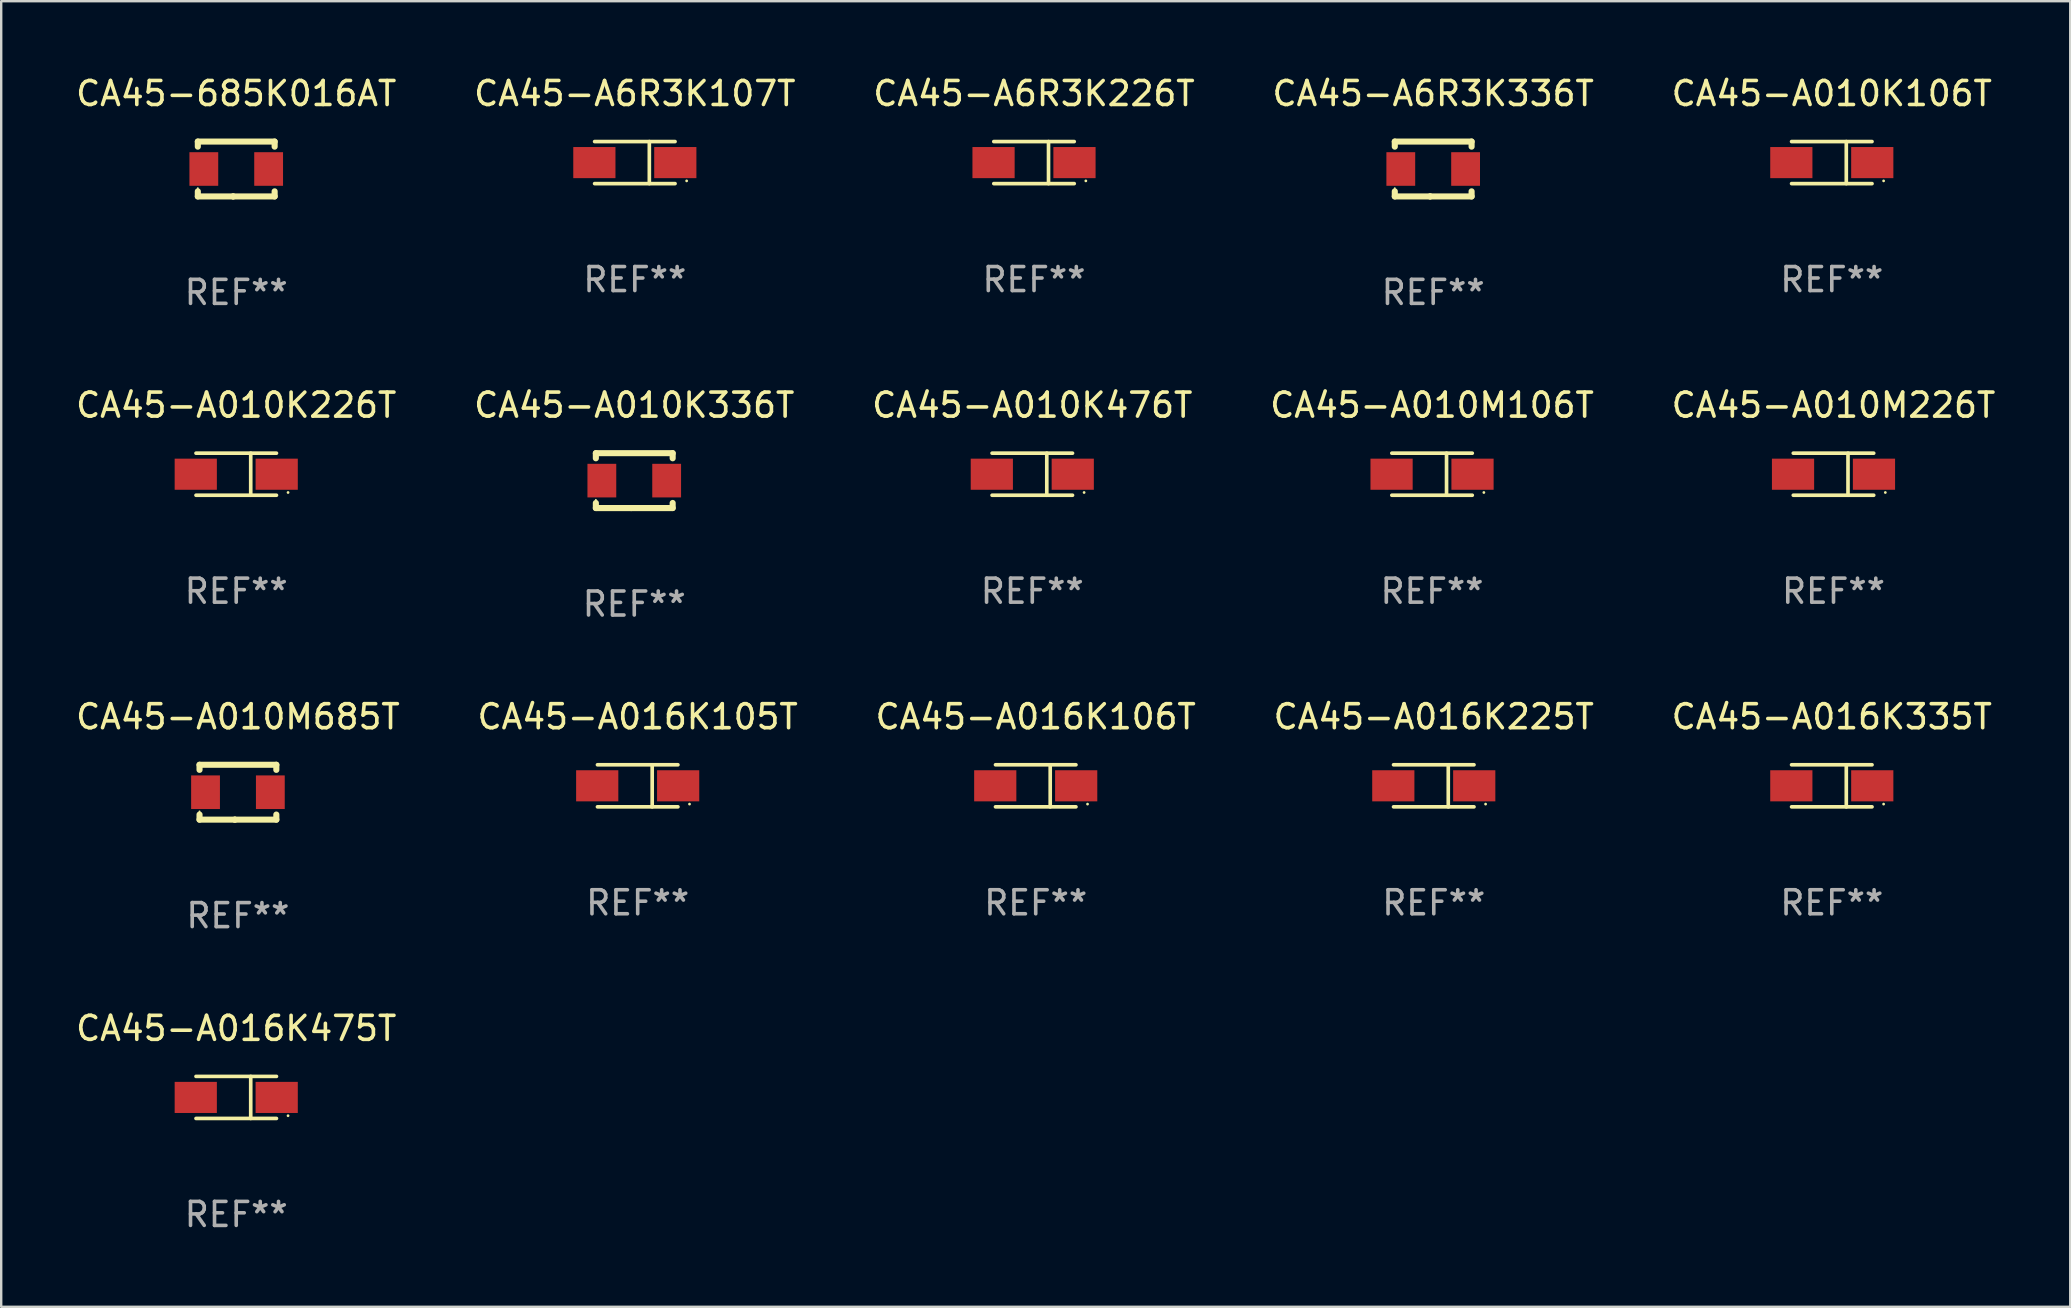
<source format=kicad_pcb>
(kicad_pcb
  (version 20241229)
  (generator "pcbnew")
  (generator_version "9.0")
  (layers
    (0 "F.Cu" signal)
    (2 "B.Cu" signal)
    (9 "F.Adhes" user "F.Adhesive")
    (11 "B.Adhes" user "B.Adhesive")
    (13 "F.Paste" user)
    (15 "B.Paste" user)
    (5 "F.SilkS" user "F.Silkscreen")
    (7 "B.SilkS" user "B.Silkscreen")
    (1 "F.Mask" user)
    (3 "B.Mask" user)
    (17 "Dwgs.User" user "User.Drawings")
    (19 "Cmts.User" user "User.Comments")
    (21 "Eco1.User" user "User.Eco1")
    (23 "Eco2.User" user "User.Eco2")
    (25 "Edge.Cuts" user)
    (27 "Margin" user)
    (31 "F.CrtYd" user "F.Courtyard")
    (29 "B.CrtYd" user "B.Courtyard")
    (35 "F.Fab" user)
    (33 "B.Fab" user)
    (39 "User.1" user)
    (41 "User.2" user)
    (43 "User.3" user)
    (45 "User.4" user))
  (footprint "CA45-685K016AT"
    (layer "F.Cu")
    (at 6.792 3.991)
    (property "Reference" "CA45-685K016AT" (at 0 -3.143 0) (layer "F.SilkS") (effects (font (size 1 1) (thickness 0.15))))
    (attr through_hole)
    (fp_line (start -1.6 1.143) (end -0.128 1.143) (stroke (width 0.254) (type solid)) (layer "F.SilkS"))
    (fp_line (start -1.6 -1.143) (end -1.6 -0.931) (stroke (width 0.254) (type solid)) (layer "F.SilkS"))
    (fp_line (start -1.6 -1.143) (end 1.6 -1.143) (stroke (width 0.254) (type solid)) (layer "F.SilkS"))
    (fp_line (start -1.6 0.931) (end -1.6 1.143) (stroke (width 0.254) (type solid)) (layer "F.SilkS"))
    (fp_line (start -0.128 1.143) (end -0.128 1.143) (stroke (width 0.254) (type solid)) (layer "F.SilkS"))
    (fp_line (start -0.128 1.143) (end 1.6 1.143) (stroke (width 0.254) (type solid)) (layer "F.SilkS"))
    (fp_line (start 1.6 -1.143) (end 1.6 -0.931) (stroke (width 0.254) (type solid)) (layer "F.SilkS"))
    (fp_line (start 1.6 0.931) (end 1.6 1.143) (stroke (width 0.254) (type solid)) (layer "F.SilkS"))
    (fp_circle (center -1.6 0.8) (end -1.58 0.8) (stroke (width 0.04) (type solid)) (fill no) (layer "F.SilkS"))
    (fp_text user "REF**" (at 0 5.143 0) (layer "F.Fab") (effects (font (size 1 1) (thickness 0.15))))
    (pad "1" smd rect (at -1.35 0) (size 1.2 1.4) (layers "F.Cu" "F.Mask" "F.Paste"))
    (pad "2" smd rect (at 1.35 0) (size 1.2 1.4) (layers "F.Cu" "F.Mask" "F.Paste")))
  (footprint "CA45-A010K336T"
    (layer "F.Cu")
    (at 23.375 16.974)
    (property "Reference" "CA45-A010K336T" (at 0 -3.143 0) (layer "F.SilkS") (effects (font (size 1 1) (thickness 0.15))))
    (attr through_hole)
    (fp_line (start -1.6 1.143) (end -0.128 1.143) (stroke (width 0.254) (type solid)) (layer "F.SilkS"))
    (fp_line (start -1.6 -1.143) (end -1.6 -0.931) (stroke (width 0.254) (type solid)) (layer "F.SilkS"))
    (fp_line (start -1.6 -1.143) (end 1.6 -1.143) (stroke (width 0.254) (type solid)) (layer "F.SilkS"))
    (fp_line (start -1.6 0.931) (end -1.6 1.143) (stroke (width 0.254) (type solid)) (layer "F.SilkS"))
    (fp_line (start -0.128 1.143) (end -0.128 1.143) (stroke (width 0.254) (type solid)) (layer "F.SilkS"))
    (fp_line (start -0.128 1.143) (end 1.6 1.143) (stroke (width 0.254) (type solid)) (layer "F.SilkS"))
    (fp_line (start 1.6 -1.143) (end 1.6 -0.931) (stroke (width 0.254) (type solid)) (layer "F.SilkS"))
    (fp_line (start 1.6 0.931) (end 1.6 1.143) (stroke (width 0.254) (type solid)) (layer "F.SilkS"))
    (fp_circle (center -1.6 0.8) (end -1.58 0.8) (stroke (width 0.04) (type solid)) (fill no) (layer "F.SilkS"))
    (fp_text user "REF**" (at 0 5.143 0) (layer "F.Fab") (effects (font (size 1 1) (thickness 0.15))))
    (pad "1" smd rect (at -1.35 0) (size 1.2 1.4) (layers "F.Cu" "F.Mask" "F.Paste"))
    (pad "2" smd rect (at 1.35 0) (size 1.2 1.4) (layers "F.Cu" "F.Mask" "F.Paste")))
  (footprint "CA45-A6R3K107T"
    (layer "F.Cu")
    (at 23.399 3.724)
    (property "Reference" "CA45-A6R3K107T" (at 0 -2.876 0) (layer "F.SilkS") (effects (font (size 1 1) (thickness 0.15))))
    (attr through_hole)
    (fp_line (start -1.676 -0.876) (end 1.676 -0.876) (stroke (width 0.152) (type solid)) (layer "F.SilkS"))
    (fp_line (start -1.676 0.876) (end 1.676 0.876) (stroke (width 0.152) (type solid)) (layer "F.SilkS"))
    (fp_line (start 0.604 -0.876) (end 0.604 0.876) (stroke (width 0.152) (type solid)) (layer "F.SilkS"))
    (fp_circle (center 2.159 0.762) (end 2.189 0.762) (stroke (width 0.06) (type solid)) (fill no) (layer "F.SilkS"))
    (fp_text user "REF**" (at 0 4.876 0) (layer "F.Fab") (effects (font (size 1 1) (thickness 0.15))))
    (pad "1" smd rect (at 1.686 0) (size 1.758 1.296) (layers "F.Cu" "F.Mask" "F.Paste"))
    (pad "2" smd rect (at -1.686 0) (size 1.758 1.296) (layers "F.Cu" "F.Mask" "F.Paste")))
  (footprint "CA45-A010M106T"
    (layer "F.Cu")
    (at 56.613 16.707)
    (property "Reference" "CA45-A010M106T" (at 0 -2.876 0) (layer "F.SilkS") (effects (font (size 1 1) (thickness 0.15))))
    (attr through_hole)
    (fp_line (start -1.676 -0.876) (end 1.676 -0.876) (stroke (width 0.152) (type solid)) (layer "F.SilkS"))
    (fp_line (start -1.676 0.876) (end 1.676 0.876) (stroke (width 0.152) (type solid)) (layer "F.SilkS"))
    (fp_line (start 0.604 -0.876) (end 0.604 0.876) (stroke (width 0.152) (type solid)) (layer "F.SilkS"))
    (fp_circle (center 2.159 0.762) (end 2.189 0.762) (stroke (width 0.06) (type solid)) (fill no) (layer "F.SilkS"))
    (fp_text user "REF**" (at 0 4.876 0) (layer "F.Fab") (effects (font (size 1 1) (thickness 0.15))))
    (pad "1" smd rect (at 1.686 0) (size 1.758 1.296) (layers "F.Cu" "F.Mask" "F.Paste"))
    (pad "2" smd rect (at -1.686 0) (size 1.758 1.296) (layers "F.Cu" "F.Mask" "F.Paste")))
  (footprint "CA45-A016K105T"
    (layer "F.Cu")
    (at 23.518 29.689)
    (property "Reference" "CA45-A016K105T" (at 0 -2.876 0) (layer "F.SilkS") (effects (font (size 1 1) (thickness 0.15))))
    (attr through_hole)
    (fp_line (start -1.676 -0.876) (end 1.676 -0.876) (stroke (width 0.152) (type solid)) (layer "F.SilkS"))
    (fp_line (start -1.676 0.876) (end 1.676 0.876) (stroke (width 0.152) (type solid)) (layer "F.SilkS"))
    (fp_line (start 0.604 -0.876) (end 0.604 0.876) (stroke (width 0.152) (type solid)) (layer "F.SilkS"))
    (fp_circle (center 2.159 0.762) (end 2.189 0.762) (stroke (width 0.06) (type solid)) (fill no) (layer "F.SilkS"))
    (fp_text user "REF**" (at 0 4.876 0) (layer "F.Fab") (effects (font (size 1 1) (thickness 0.15))))
    (pad "1" smd rect (at 1.686 0) (size 1.758 1.296) (layers "F.Cu" "F.Mask" "F.Paste"))
    (pad "2" smd rect (at -1.686 0) (size 1.758 1.296) (layers "F.Cu" "F.Mask" "F.Paste")))
  (footprint "CA45-A010M685T"
    (layer "F.Cu")
    (at 6.863 29.956)
    (property "Reference" "CA45-A010M685T" (at 0 -3.143 0) (layer "F.SilkS") (effects (font (size 1 1) (thickness 0.15))))
    (attr through_hole)
    (fp_line (start -1.6 1.143) (end -0.128 1.143) (stroke (width 0.254) (type solid)) (layer "F.SilkS"))
    (fp_line (start -1.6 -1.143) (end -1.6 -0.931) (stroke (width 0.254) (type solid)) (layer "F.SilkS"))
    (fp_line (start -1.6 -1.143) (end 1.6 -1.143) (stroke (width 0.254) (type solid)) (layer "F.SilkS"))
    (fp_line (start -1.6 0.931) (end -1.6 1.143) (stroke (width 0.254) (type solid)) (layer "F.SilkS"))
    (fp_line (start -0.128 1.143) (end -0.128 1.143) (stroke (width 0.254) (type solid)) (layer "F.SilkS"))
    (fp_line (start -0.128 1.143) (end 1.6 1.143) (stroke (width 0.254) (type solid)) (layer "F.SilkS"))
    (fp_line (start 1.6 -1.143) (end 1.6 -0.931) (stroke (width 0.254) (type solid)) (layer "F.SilkS"))
    (fp_line (start 1.6 0.931) (end 1.6 1.143) (stroke (width 0.254) (type solid)) (layer "F.SilkS"))
    (fp_circle (center -1.6 0.8) (end -1.58 0.8) (stroke (width 0.04) (type solid)) (fill no) (layer "F.SilkS"))
    (fp_text user "REF**" (at 0 5.143 0) (layer "F.Fab") (effects (font (size 1 1) (thickness 0.15))))
    (pad "1" smd rect (at -1.35 0) (size 1.2 1.4) (layers "F.Cu" "F.Mask" "F.Paste"))
    (pad "2" smd rect (at 1.35 0) (size 1.2 1.4) (layers "F.Cu" "F.Mask" "F.Paste")))
  (footprint "CA45-A010K226T"
    (layer "F.Cu")
    (at 6.792 16.707)
    (property "Reference" "CA45-A010K226T" (at 0 -2.876 0) (layer "F.SilkS") (effects (font (size 1 1) (thickness 0.15))))
    (attr through_hole)
    (fp_line (start -1.676 -0.876) (end 1.676 -0.876) (stroke (width 0.152) (type solid)) (layer "F.SilkS"))
    (fp_line (start -1.676 0.876) (end 1.676 0.876) (stroke (width 0.152) (type solid)) (layer "F.SilkS"))
    (fp_line (start 0.604 -0.876) (end 0.604 0.876) (stroke (width 0.152) (type solid)) (layer "F.SilkS"))
    (fp_circle (center 2.159 0.762) (end 2.189 0.762) (stroke (width 0.06) (type solid)) (fill no) (layer "F.SilkS"))
    (fp_text user "REF**" (at 0 4.876 0) (layer "F.Fab") (effects (font (size 1 1) (thickness 0.15))))
    (pad "1" smd rect (at 1.686 0) (size 1.758 1.296) (layers "F.Cu" "F.Mask" "F.Paste"))
    (pad "2" smd rect (at -1.686 0) (size 1.758 1.296) (layers "F.Cu" "F.Mask" "F.Paste")))
  (footprint "CA45-A6R3K226T"
    (layer "F.Cu")
    (at 40.03 3.724)
    (property "Reference" "CA45-A6R3K226T" (at 0 -2.876 0) (layer "F.SilkS") (effects (font (size 1 1) (thickness 0.15))))
    (attr through_hole)
    (fp_line (start -1.676 -0.876) (end 1.676 -0.876) (stroke (width 0.152) (type solid)) (layer "F.SilkS"))
    (fp_line (start -1.676 0.876) (end 1.676 0.876) (stroke (width 0.152) (type solid)) (layer "F.SilkS"))
    (fp_line (start 0.604 -0.876) (end 0.604 0.876) (stroke (width 0.152) (type solid)) (layer "F.SilkS"))
    (fp_circle (center 2.159 0.762) (end 2.189 0.762) (stroke (width 0.06) (type solid)) (fill no) (layer "F.SilkS"))
    (fp_text user "REF**" (at 0 4.876 0) (layer "F.Fab") (effects (font (size 1 1) (thickness 0.15))))
    (pad "1" smd rect (at 1.686 0) (size 1.758 1.296) (layers "F.Cu" "F.Mask" "F.Paste"))
    (pad "2" smd rect (at -1.686 0) (size 1.758 1.296) (layers "F.Cu" "F.Mask" "F.Paste")))
  (footprint "CA45-A016K225T"
    (layer "F.Cu")
    (at 56.685 29.689)
    (property "Reference" "CA45-A016K225T" (at 0 -2.876 0) (layer "F.SilkS") (effects (font (size 1 1) (thickness 0.15))))
    (attr through_hole)
    (fp_line (start -1.676 -0.876) (end 1.676 -0.876) (stroke (width 0.152) (type solid)) (layer "F.SilkS"))
    (fp_line (start -1.676 0.876) (end 1.676 0.876) (stroke (width 0.152) (type solid)) (layer "F.SilkS"))
    (fp_line (start 0.604 -0.876) (end 0.604 0.876) (stroke (width 0.152) (type solid)) (layer "F.SilkS"))
    (fp_circle (center 2.159 0.762) (end 2.189 0.762) (stroke (width 0.06) (type solid)) (fill no) (layer "F.SilkS"))
    (fp_text user "REF**" (at 0 4.876 0) (layer "F.Fab") (effects (font (size 1 1) (thickness 0.15))))
    (pad "1" smd rect (at 1.686 0) (size 1.758 1.296) (layers "F.Cu" "F.Mask" "F.Paste"))
    (pad "2" smd rect (at -1.686 0) (size 1.758 1.296) (layers "F.Cu" "F.Mask" "F.Paste")))
  (footprint "CA45-A6R3K336T"
    (layer "F.Cu")
    (at 56.661 3.991)
    (property "Reference" "CA45-A6R3K336T" (at 0 -3.143 0) (layer "F.SilkS") (effects (font (size 1 1) (thickness 0.15))))
    (attr through_hole)
    (fp_line (start -1.6 1.143) (end -0.128 1.143) (stroke (width 0.254) (type solid)) (layer "F.SilkS"))
    (fp_line (start -1.6 -1.143) (end -1.6 -0.931) (stroke (width 0.254) (type solid)) (layer "F.SilkS"))
    (fp_line (start -1.6 -1.143) (end 1.6 -1.143) (stroke (width 0.254) (type solid)) (layer "F.SilkS"))
    (fp_line (start -1.6 0.931) (end -1.6 1.143) (stroke (width 0.254) (type solid)) (layer "F.SilkS"))
    (fp_line (start -0.128 1.143) (end -0.128 1.143) (stroke (width 0.254) (type solid)) (layer "F.SilkS"))
    (fp_line (start -0.128 1.143) (end 1.6 1.143) (stroke (width 0.254) (type solid)) (layer "F.SilkS"))
    (fp_line (start 1.6 -1.143) (end 1.6 -0.931) (stroke (width 0.254) (type solid)) (layer "F.SilkS"))
    (fp_line (start 1.6 0.931) (end 1.6 1.143) (stroke (width 0.254) (type solid)) (layer "F.SilkS"))
    (fp_circle (center -1.6 0.8) (end -1.58 0.8) (stroke (width 0.04) (type solid)) (fill no) (layer "F.SilkS"))
    (fp_text user "REF**" (at 0 5.143 0) (layer "F.Fab") (effects (font (size 1 1) (thickness 0.15))))
    (pad "1" smd rect (at -1.35 0) (size 1.2 1.4) (layers "F.Cu" "F.Mask" "F.Paste"))
    (pad "2" smd rect (at 1.35 0) (size 1.2 1.4) (layers "F.Cu" "F.Mask" "F.Paste")))
  (footprint "CA45-A010K476T"
    (layer "F.Cu")
    (at 39.958 16.707)
    (property "Reference" "CA45-A010K476T" (at 0 -2.876 0) (layer "F.SilkS") (effects (font (size 1 1) (thickness 0.15))))
    (attr through_hole)
    (fp_line (start -1.676 -0.876) (end 1.676 -0.876) (stroke (width 0.152) (type solid)) (layer "F.SilkS"))
    (fp_line (start -1.676 0.876) (end 1.676 0.876) (stroke (width 0.152) (type solid)) (layer "F.SilkS"))
    (fp_line (start 0.604 -0.876) (end 0.604 0.876) (stroke (width 0.152) (type solid)) (layer "F.SilkS"))
    (fp_circle (center 2.159 0.762) (end 2.189 0.762) (stroke (width 0.06) (type solid)) (fill no) (layer "F.SilkS"))
    (fp_text user "REF**" (at 0 4.876 0) (layer "F.Fab") (effects (font (size 1 1) (thickness 0.15))))
    (pad "1" smd rect (at 1.686 0) (size 1.758 1.296) (layers "F.Cu" "F.Mask" "F.Paste"))
    (pad "2" smd rect (at -1.686 0) (size 1.758 1.296) (layers "F.Cu" "F.Mask" "F.Paste")))
  (footprint "CA45-A016K106T"
    (layer "F.Cu")
    (at 40.101 29.689)
    (property "Reference" "CA45-A016K106T" (at 0 -2.876 0) (layer "F.SilkS") (effects (font (size 1 1) (thickness 0.15))))
    (attr through_hole)
    (fp_line (start -1.676 -0.876) (end 1.676 -0.876) (stroke (width 0.152) (type solid)) (layer "F.SilkS"))
    (fp_line (start -1.676 0.876) (end 1.676 0.876) (stroke (width 0.152) (type solid)) (layer "F.SilkS"))
    (fp_line (start 0.604 -0.876) (end 0.604 0.876) (stroke (width 0.152) (type solid)) (layer "F.SilkS"))
    (fp_circle (center 2.159 0.762) (end 2.189 0.762) (stroke (width 0.06) (type solid)) (fill no) (layer "F.SilkS"))
    (fp_text user "REF**" (at 0 4.876 0) (layer "F.Fab") (effects (font (size 1 1) (thickness 0.15))))
    (pad "1" smd rect (at 1.686 0) (size 1.758 1.296) (layers "F.Cu" "F.Mask" "F.Paste"))
    (pad "2" smd rect (at -1.686 0) (size 1.758 1.296) (layers "F.Cu" "F.Mask" "F.Paste")))
  (footprint "CA45-A010K106T"
    (layer "F.Cu")
    (at 73.268 3.724)
    (property "Reference" "CA45-A010K106T" (at 0 -2.876 0) (layer "F.SilkS") (effects (font (size 1 1) (thickness 0.15))))
    (attr through_hole)
    (fp_line (start -1.676 -0.876) (end 1.676 -0.876) (stroke (width 0.152) (type solid)) (layer "F.SilkS"))
    (fp_line (start -1.676 0.876) (end 1.676 0.876) (stroke (width 0.152) (type solid)) (layer "F.SilkS"))
    (fp_line (start 0.604 -0.876) (end 0.604 0.876) (stroke (width 0.152) (type solid)) (layer "F.SilkS"))
    (fp_circle (center 2.159 0.762) (end 2.189 0.762) (stroke (width 0.06) (type solid)) (fill no) (layer "F.SilkS"))
    (fp_text user "REF**" (at 0 4.876 0) (layer "F.Fab") (effects (font (size 1 1) (thickness 0.15))))
    (pad "1" smd rect (at 1.686 0) (size 1.758 1.296) (layers "F.Cu" "F.Mask" "F.Paste"))
    (pad "2" smd rect (at -1.686 0) (size 1.758 1.296) (layers "F.Cu" "F.Mask" "F.Paste")))
  (footprint "CA45-A016K335T"
    (layer "F.Cu")
    (at 73.268 29.689)
    (property "Reference" "CA45-A016K335T" (at 0 -2.876 0) (layer "F.SilkS") (effects (font (size 1 1) (thickness 0.15))))
    (attr through_hole)
    (fp_line (start -1.676 -0.876) (end 1.676 -0.876) (stroke (width 0.152) (type solid)) (layer "F.SilkS"))
    (fp_line (start -1.676 0.876) (end 1.676 0.876) (stroke (width 0.152) (type solid)) (layer "F.SilkS"))
    (fp_line (start 0.604 -0.876) (end 0.604 0.876) (stroke (width 0.152) (type solid)) (layer "F.SilkS"))
    (fp_circle (center 2.159 0.762) (end 2.189 0.762) (stroke (width 0.06) (type solid)) (fill no) (layer "F.SilkS"))
    (fp_text user "REF**" (at 0 4.876 0) (layer "F.Fab") (effects (font (size 1 1) (thickness 0.15))))
    (pad "1" smd rect (at 1.686 0) (size 1.758 1.296) (layers "F.Cu" "F.Mask" "F.Paste"))
    (pad "2" smd rect (at -1.686 0) (size 1.758 1.296) (layers "F.Cu" "F.Mask" "F.Paste")))
  (footprint "CA45-A010M226T"
    (layer "F.Cu")
    (at 73.339 16.707)
    (property "Reference" "CA45-A010M226T" (at 0 -2.876 0) (layer "F.SilkS") (effects (font (size 1 1) (thickness 0.15))))
    (attr through_hole)
    (fp_line (start -1.676 -0.876) (end 1.676 -0.876) (stroke (width 0.152) (type solid)) (layer "F.SilkS"))
    (fp_line (start -1.676 0.876) (end 1.676 0.876) (stroke (width 0.152) (type solid)) (layer "F.SilkS"))
    (fp_line (start 0.604 -0.876) (end 0.604 0.876) (stroke (width 0.152) (type solid)) (layer "F.SilkS"))
    (fp_circle (center 2.159 0.762) (end 2.189 0.762) (stroke (width 0.06) (type solid)) (fill no) (layer "F.SilkS"))
    (fp_text user "REF**" (at 0 4.876 0) (layer "F.Fab") (effects (font (size 1 1) (thickness 0.15))))
    (pad "1" smd rect (at 1.686 0) (size 1.758 1.296) (layers "F.Cu" "F.Mask" "F.Paste"))
    (pad "2" smd rect (at -1.686 0) (size 1.758 1.296) (layers "F.Cu" "F.Mask" "F.Paste")))
  (footprint "CA45-A016K475T"
    (layer "F.Cu")
    (at 6.792 42.672)
    (property "Reference" "CA45-A016K475T" (at 0 -2.876 0) (layer "F.SilkS") (effects (font (size 1 1) (thickness 0.15))))
    (attr through_hole)
    (fp_line (start -1.676 -0.876) (end 1.676 -0.876) (stroke (width 0.152) (type solid)) (layer "F.SilkS"))
    (fp_line (start -1.676 0.876) (end 1.676 0.876) (stroke (width 0.152) (type solid)) (layer "F.SilkS"))
    (fp_line (start 0.604 -0.876) (end 0.604 0.876) (stroke (width 0.152) (type solid)) (layer "F.SilkS"))
    (fp_circle (center 2.159 0.762) (end 2.189 0.762) (stroke (width 0.06) (type solid)) (fill no) (layer "F.SilkS"))
    (fp_text user "REF**" (at 0 4.876 0) (layer "F.Fab") (effects (font (size 1 1) (thickness 0.15))))
    (pad "1" smd rect (at 1.686 0) (size 1.758 1.296) (layers "F.Cu" "F.Mask" "F.Paste"))
    (pad "2" smd rect (at -1.686 0) (size 1.758 1.296) (layers "F.Cu" "F.Mask" "F.Paste")))
  (gr_rect
    (start -3 -3)
    (end 83.202 51.396)
    (stroke (width 0.1) (type default))
    (fill no)
    (layer "Edge.Cuts")))
</source>
